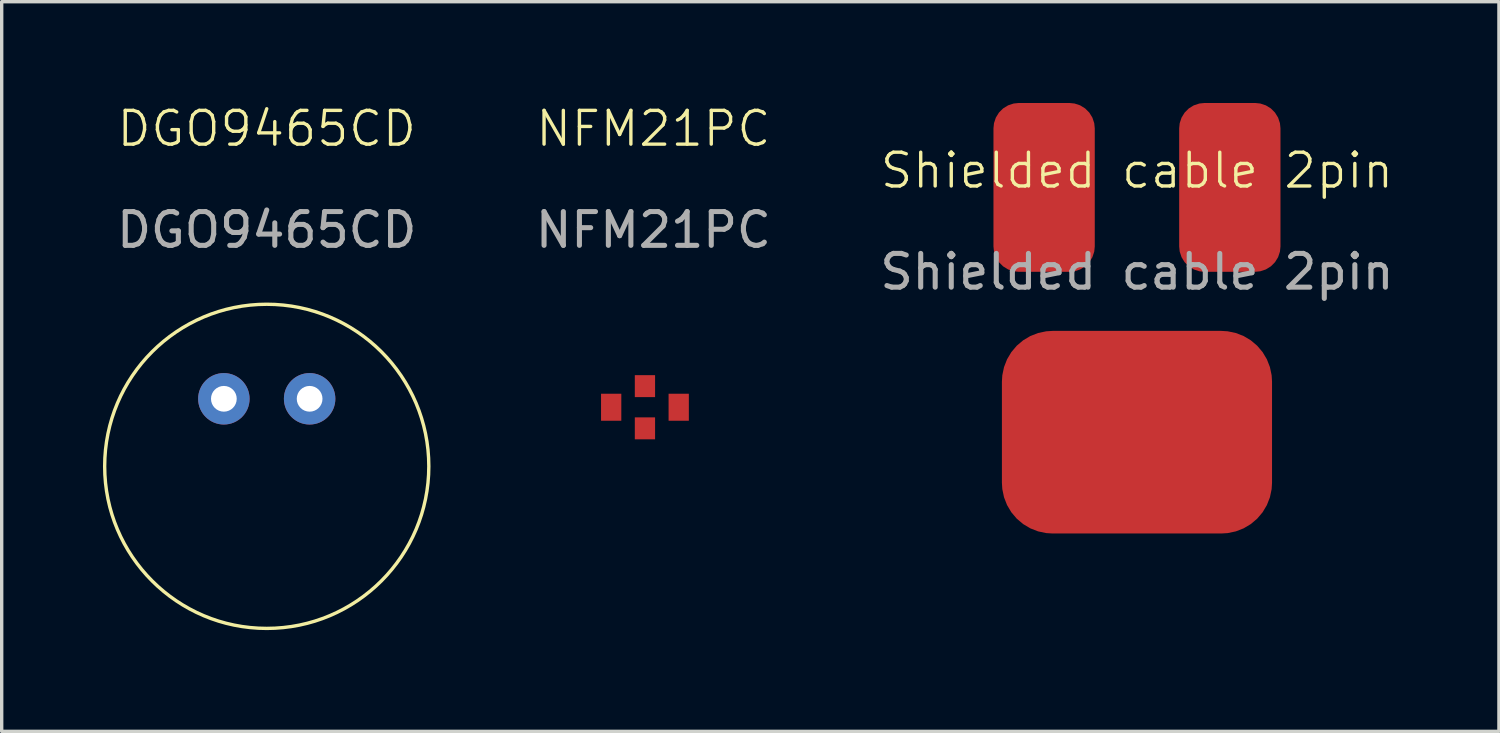
<source format=kicad_pcb>
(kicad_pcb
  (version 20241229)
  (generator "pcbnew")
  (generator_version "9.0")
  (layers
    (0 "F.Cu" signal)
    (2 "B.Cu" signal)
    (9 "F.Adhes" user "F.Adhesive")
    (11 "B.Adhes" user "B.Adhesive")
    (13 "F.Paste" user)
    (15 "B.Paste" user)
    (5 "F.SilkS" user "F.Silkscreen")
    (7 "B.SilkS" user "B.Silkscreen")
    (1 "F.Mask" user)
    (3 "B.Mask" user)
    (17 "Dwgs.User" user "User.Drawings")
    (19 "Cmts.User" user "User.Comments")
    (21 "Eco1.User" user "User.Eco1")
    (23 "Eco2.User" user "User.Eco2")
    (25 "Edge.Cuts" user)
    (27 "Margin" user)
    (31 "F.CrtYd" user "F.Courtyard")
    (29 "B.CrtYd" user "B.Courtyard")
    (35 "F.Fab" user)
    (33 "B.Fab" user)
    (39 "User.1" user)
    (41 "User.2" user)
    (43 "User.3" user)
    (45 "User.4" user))
  (footprint "Shielded cable 2pin"
    (layer "F.Cu")
    (at 30.623 2.5)
    (property "Reference" "Shielded cable 2pin" (at 0 -0.5 0) (unlocked yes) (layer "F.SilkS") (effects (font (size 1 1) (thickness 0.1))))
    (attr smd)
    (fp_text user "${REFERENCE}" (at 0 2.5 0) (unlocked yes) (layer "F.Fab") (effects (font (size 1 1) (thickness 0.15))))
    (pad "1" smd roundrect (at -2.75 0) (size 3 5) (layers "F.Cu" "F.Mask" "F.Paste") (roundrect_rratio 0.25))
    (pad "2" smd roundrect (at 2.75 0) (size 3 5) (layers "F.Cu" "F.Mask" "F.Paste") (roundrect_rratio 0.25))
    (pad "3" smd roundrect (at 0 7.25) (size 8 6) (layers "F.Cu" "F.Mask" "F.Paste") (roundrect_rratio 0.25)))
  (footprint "DGO9465CD"
    (layer "F.Cu")
    (at 4.85 10.761)
    (property "Reference" "DGO9465CD" (at 0 -10 0) (unlocked yes) (layer "F.SilkS") (effects (font (size 1 1) (thickness 0.1))))
    (attr through_hole)
    (fp_circle (center 0 0) (end 4.8 0) (stroke (width 0.1) (type default)) (fill no) (layer "F.SilkS"))
    (fp_text user "${REFERENCE}" (at 0 -7 0) (unlocked yes) (layer "F.Fab") (effects (font (size 1 1) (thickness 0.15))))
    (pad "1" thru_hole circle (at -1.27 -2) (size 1.524 1.524) (drill 0.762) (layers "*.Cu" "*.Mask"))
    (pad "2" thru_hole circle (at 1.27 -2) (size 1.524 1.524) (drill 0.762) (layers "*.Cu" "*.Mask")))
  (footprint "NFM21PC"
    (layer "F.Cu")
    (at 16.051 9.011)
    (property "Reference" "NFM21PC" (at 0.25 -8.25 0) (unlocked yes) (layer "F.SilkS") (effects (font (size 1 1) (thickness 0.1))))
    (attr through_hole)
    (fp_text user "${REFERENCE}" (at 0.25 -5.25 0) (unlocked yes) (layer "F.Fab") (effects (font (size 1 1) (thickness 0.15))))
    (pad "1" smd rect (at 0 0.625) (size 0.6 0.65) (layers "F.Cu" "F.Mask" "F.Paste"))
    (pad "2" smd rect (at -1 0) (size 0.6 0.8) (layers "F.Cu" "F.Mask" "F.Paste"))
    (pad "2" smd rect (at 1 0) (size 0.6 0.8) (layers "F.Cu" "F.Mask" "F.Paste"))
    (pad "3" smd rect (at 0 -0.625) (size 0.6 0.65) (layers "F.Cu" "F.Mask" "F.Paste")))
  (gr_rect
    (start -3 -3)
    (end 41.343 18.61)
    (stroke (width 0.1) (type default))
    (fill no)
    (layer "Edge.Cuts")))
</source>
